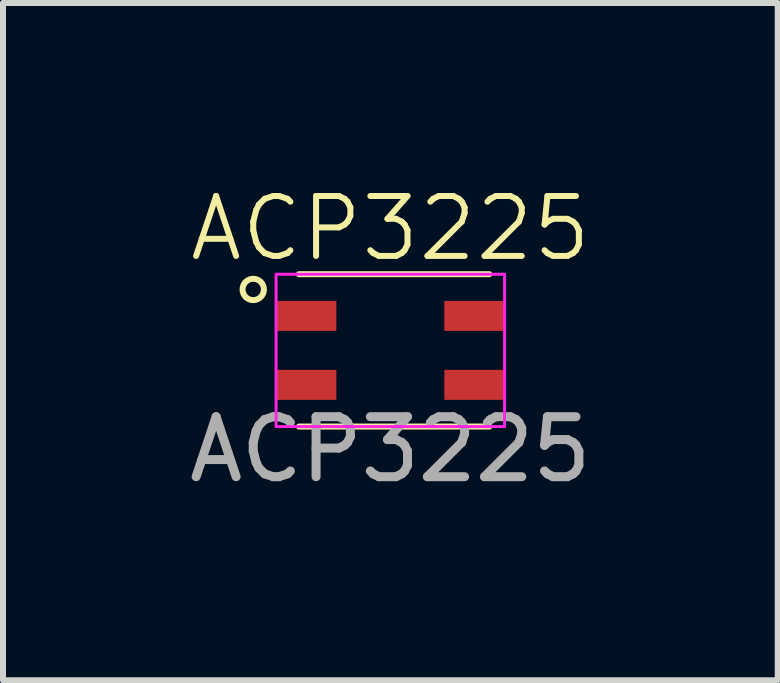
<source format=kicad_pcb>
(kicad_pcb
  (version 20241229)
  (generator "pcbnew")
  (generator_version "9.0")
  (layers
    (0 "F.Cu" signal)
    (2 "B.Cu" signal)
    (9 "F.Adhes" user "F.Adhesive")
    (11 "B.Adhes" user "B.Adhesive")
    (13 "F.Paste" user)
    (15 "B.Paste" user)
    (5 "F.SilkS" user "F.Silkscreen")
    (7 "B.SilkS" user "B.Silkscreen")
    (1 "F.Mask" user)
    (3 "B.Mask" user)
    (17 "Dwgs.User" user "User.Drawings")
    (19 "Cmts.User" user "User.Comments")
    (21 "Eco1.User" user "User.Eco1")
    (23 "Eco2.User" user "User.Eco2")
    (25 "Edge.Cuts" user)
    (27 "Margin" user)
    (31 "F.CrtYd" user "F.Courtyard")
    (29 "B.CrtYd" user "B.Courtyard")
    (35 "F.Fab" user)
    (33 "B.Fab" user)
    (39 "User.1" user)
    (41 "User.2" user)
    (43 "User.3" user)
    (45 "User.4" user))
  (footprint "ACP3225"
    (layer "F.Cu")
    (at 3.458 2.792)
    (property "Reference" "ACP3225" (at 0 -2.032 0) (unlocked yes) (layer "F.SilkS") (effects (font (size 1 1) (thickness 0.1))))
    (attr smd)
    (fp_line (start -1.524 -1.27) (end 1.651 -1.27) (stroke (width 0.1) (type default)) (layer "F.SilkS"))
    (fp_line (start -1.524 1.27) (end 1.651 1.27) (stroke (width 0.1) (type default)) (layer "F.SilkS"))
    (fp_circle (center -2.286 -1.016) (end -2.464 -1.016) (stroke (width 0.1) (type default)) (fill no) (layer "F.SilkS"))
    (fp_rect (start -1.905 -1.27) (end 1.905 1.27) (stroke (width 0.05) (type default)) (fill no) (layer "F.CrtYd"))
    (fp_text user "${REFERENCE}" (at 0 1.651 0) (unlocked yes) (layer "F.Fab") (effects (font (size 1 1) (thickness 0.15))))
    (pad "1" smd rect (at -1.4 -0.575) (size 1 0.5) (layers "F.Cu" "F.Mask" "F.Paste"))
    (pad "2" smd rect (at -1.4 0.575) (size 1 0.5) (layers "F.Cu" "F.Mask" "F.Paste"))
    (pad "3" smd rect (at 1.4 0.575) (size 1 0.5) (layers "F.Cu" "F.Mask" "F.Paste"))
    (pad "4" smd rect (at 1.4 -0.575) (size 1 0.5) (layers "F.Cu" "F.Mask" "F.Paste")))
  (gr_rect
    (start -3 -3)
    (end 9.917 8.292)
    (stroke (width 0.1) (type default))
    (fill no)
    (layer "Edge.Cuts")))
</source>
